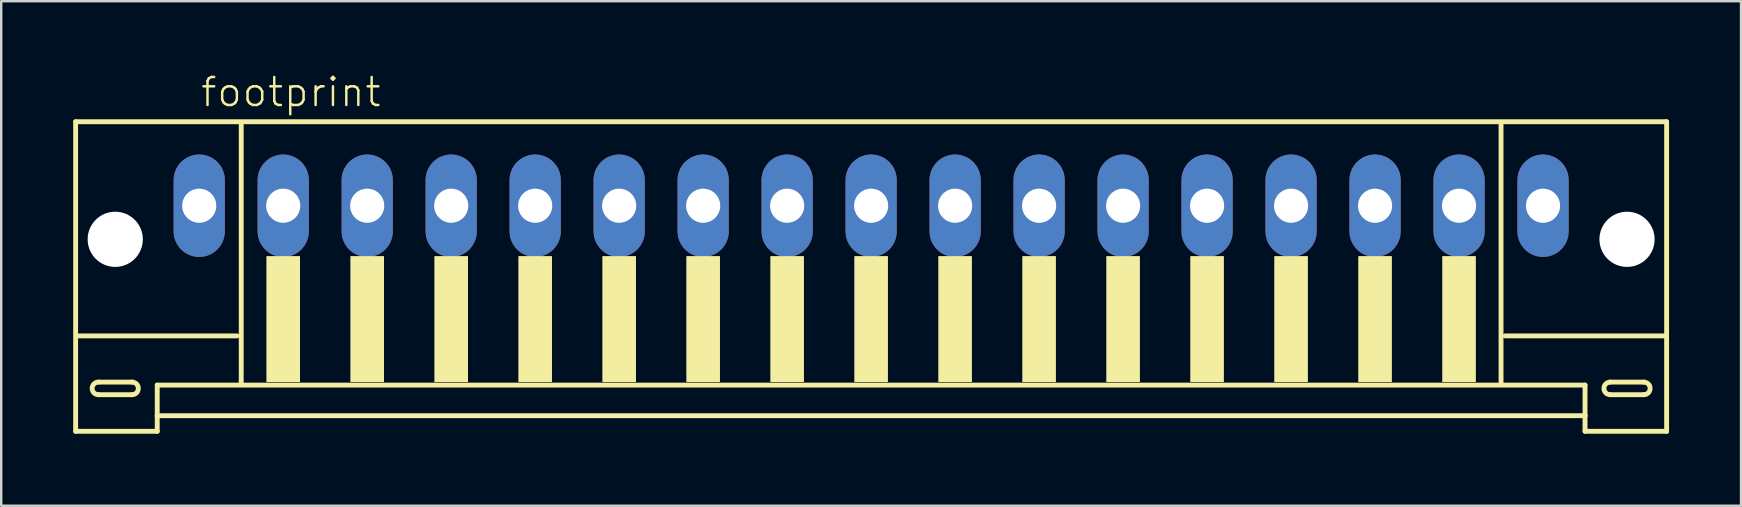
<source format=kicad_pcb>
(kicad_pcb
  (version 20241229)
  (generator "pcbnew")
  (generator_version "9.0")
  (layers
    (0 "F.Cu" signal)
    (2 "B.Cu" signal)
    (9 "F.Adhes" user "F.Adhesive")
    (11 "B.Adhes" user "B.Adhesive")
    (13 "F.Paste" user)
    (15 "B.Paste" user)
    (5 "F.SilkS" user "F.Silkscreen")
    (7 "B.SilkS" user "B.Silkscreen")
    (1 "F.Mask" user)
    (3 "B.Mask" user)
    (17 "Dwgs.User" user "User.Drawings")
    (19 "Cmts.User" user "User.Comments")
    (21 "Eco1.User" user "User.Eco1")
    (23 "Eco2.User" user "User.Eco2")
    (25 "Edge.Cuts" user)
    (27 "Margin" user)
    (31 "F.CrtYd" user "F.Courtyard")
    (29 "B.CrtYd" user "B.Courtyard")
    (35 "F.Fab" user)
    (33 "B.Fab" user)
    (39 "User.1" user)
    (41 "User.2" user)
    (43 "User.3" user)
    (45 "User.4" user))
  (footprint "footprint"
    (layer "F.Cu")
    (at 33.252 7.273)
    (property "Reference" "footprint" (at -28 -5.8 0) (layer "F.SilkS") (effects (font (size 1.168 1.168) (thickness 0.102)) (justify left bottom)))
    (fp_line (start -33.15 -5.25) (end -33.15 7.65) (stroke (width 0.203) (type solid)) (layer "F.SilkS"))
    (fp_line (start -33.15 7.65) (end -29.75 7.65) (stroke (width 0.203) (type solid)) (layer "F.SilkS"))
    (fp_line (start -32.2 5.6) (end -30.8 5.6) (stroke (width 0.203) (type solid)) (layer "F.SilkS"))
    (fp_line (start -30.8 6.125) (end -32.2 6.125) (stroke (width 0.203) (type solid)) (layer "F.SilkS"))
    (fp_line (start -29.75 5.725) (end 29.75 5.725) (stroke (width 0.203) (type solid)) (layer "F.SilkS"))
    (fp_line (start -29.75 7) (end -29.75 5.725) (stroke (width 0.203) (type solid)) (layer "F.SilkS"))
    (fp_line (start -29.75 7) (end 29.75 7) (stroke (width 0.203) (type solid)) (layer "F.SilkS"))
    (fp_line (start -29.75 7.65) (end -29.75 7) (stroke (width 0.203) (type solid)) (layer "F.SilkS"))
    (fp_line (start -26.425 3.675) (end -33.075 3.675) (stroke (width 0.203) (type solid)) (layer "F.SilkS"))
    (fp_line (start -26.25 -5.125) (end -26.25 5.6) (stroke (width 0.203) (type solid)) (layer "F.SilkS"))
    (fp_line (start 26.25 5.6) (end 26.25 -5.125) (stroke (width 0.203) (type solid)) (layer "F.SilkS"))
    (fp_line (start 29.75 5.725) (end 29.75 7) (stroke (width 0.203) (type solid)) (layer "F.SilkS"))
    (fp_line (start 29.75 7) (end 29.75 7.65) (stroke (width 0.203) (type solid)) (layer "F.SilkS"))
    (fp_line (start 29.75 7.65) (end 33.15 7.65) (stroke (width 0.203) (type solid)) (layer "F.SilkS"))
    (fp_line (start 30.8 5.6) (end 32.2 5.6) (stroke (width 0.203) (type solid)) (layer "F.SilkS"))
    (fp_line (start 32.2 6.125) (end 30.8 6.125) (stroke (width 0.203) (type solid)) (layer "F.SilkS"))
    (fp_line (start 33.075 3.675) (end 26.425 3.675) (stroke (width 0.203) (type solid)) (layer "F.SilkS"))
    (fp_line (start 33.15 -5.25) (end -33.15 -5.25) (stroke (width 0.203) (type solid)) (layer "F.SilkS"))
    (fp_line (start 33.15 7.65) (end 33.15 -5.25) (stroke (width 0.203) (type solid)) (layer "F.SilkS"))
    (fp_arc (start -32.2 6.125) (mid -32.4625 5.8625) (end -32.2 5.6) (stroke (width 0.2032) (type solid)) (layer "F.SilkS"))
    (fp_arc (start -30.8 5.6) (mid -30.5375 5.8625) (end -30.8 6.125) (stroke (width 0.2032) (type solid)) (layer "F.SilkS"))
    (fp_arc (start 30.8 6.125) (mid 30.5375 5.8625) (end 30.8 5.6) (stroke (width 0.2032) (type solid)) (layer "F.SilkS"))
    (fp_arc (start 32.2 5.6) (mid 32.4625 5.8625) (end 32.2 6.125) (stroke (width 0.2032) (type solid)) (layer "F.SilkS"))
    (fp_poly (pts (xy -25.2 5.6) (xy -23.8 5.6) (xy -23.8 0.35) (xy -25.2 0.35)) (stroke (width 0) (type solid)) (fill yes) (layer "F.SilkS"))
    (fp_poly (pts (xy -21.7 5.6) (xy -20.3 5.6) (xy -20.3 0.35) (xy -21.7 0.35)) (stroke (width 0) (type solid)) (fill yes) (layer "F.SilkS"))
    (fp_poly (pts (xy -18.2 5.6) (xy -16.8 5.6) (xy -16.8 0.35) (xy -18.2 0.35)) (stroke (width 0) (type solid)) (fill yes) (layer "F.SilkS"))
    (fp_poly (pts (xy -14.7 5.6) (xy -13.3 5.6) (xy -13.3 0.35) (xy -14.7 0.35)) (stroke (width 0) (type solid)) (fill yes) (layer "F.SilkS"))
    (fp_poly (pts (xy -11.2 5.6) (xy -9.8 5.6) (xy -9.8 0.35) (xy -11.2 0.35)) (stroke (width 0) (type solid)) (fill yes) (layer "F.SilkS"))
    (fp_poly (pts (xy -7.7 5.6) (xy -6.3 5.6) (xy -6.3 0.35) (xy -7.7 0.35)) (stroke (width 0) (type solid)) (fill yes) (layer "F.SilkS"))
    (fp_poly (pts (xy -4.2 5.6) (xy -2.8 5.6) (xy -2.8 0.35) (xy -4.2 0.35)) (stroke (width 0) (type solid)) (fill yes) (layer "F.SilkS"))
    (fp_poly (pts (xy -0.7 5.6) (xy 0.7 5.6) (xy 0.7 0.35) (xy -0.7 0.35)) (stroke (width 0) (type solid)) (fill yes) (layer "F.SilkS"))
    (fp_poly (pts (xy 2.8 5.6) (xy 4.2 5.6) (xy 4.2 0.35) (xy 2.8 0.35)) (stroke (width 0) (type solid)) (fill yes) (layer "F.SilkS"))
    (fp_poly (pts (xy 6.3 5.6) (xy 7.7 5.6) (xy 7.7 0.35) (xy 6.3 0.35)) (stroke (width 0) (type solid)) (fill yes) (layer "F.SilkS"))
    (fp_poly (pts (xy 9.8 5.6) (xy 11.2 5.6) (xy 11.2 0.35) (xy 9.8 0.35)) (stroke (width 0) (type solid)) (fill yes) (layer "F.SilkS"))
    (fp_poly (pts (xy 13.3 5.6) (xy 14.7 5.6) (xy 14.7 0.35) (xy 13.3 0.35)) (stroke (width 0) (type solid)) (fill yes) (layer "F.SilkS"))
    (fp_poly (pts (xy 16.8 5.6) (xy 18.2 5.6) (xy 18.2 0.35) (xy 16.8 0.35)) (stroke (width 0) (type solid)) (fill yes) (layer "F.SilkS"))
    (fp_poly (pts (xy 20.3 5.6) (xy 21.7 5.6) (xy 21.7 0.35) (xy 20.3 0.35)) (stroke (width 0) (type solid)) (fill yes) (layer "F.SilkS"))
    (fp_poly (pts (xy 23.8 5.6) (xy 25.2 5.6) (xy 25.2 0.35) (xy 23.8 0.35)) (stroke (width 0) (type solid)) (fill yes) (layer "F.SilkS"))
    (pad "" np_thru_hole circle (at -31.5 -0.35) (size 2.3 2.3) (drill 2.3) (layers "*.Cu" "*.Mask"))
    (pad "" np_thru_hole circle (at 31.5 -0.35) (size 2.3 2.3) (drill 2.3) (layers "*.Cu" "*.Mask"))
    (pad "1" thru_hole oval (at -28 -1.75 90) (size 4.267 2.134) (drill 1.422) (layers "*.Cu" "*.Mask"))
    (pad "2" thru_hole oval (at -24.5 -1.75 90) (size 4.267 2.134) (drill 1.422) (layers "*.Cu" "*.Mask"))
    (pad "3" thru_hole oval (at -21 -1.75 90) (size 4.267 2.134) (drill 1.422) (layers "*.Cu" "*.Mask"))
    (pad "4" thru_hole oval (at -17.5 -1.75 90) (size 4.267 2.134) (drill 1.422) (layers "*.Cu" "*.Mask"))
    (pad "5" thru_hole oval (at -14 -1.75 90) (size 4.267 2.134) (drill 1.422) (layers "*.Cu" "*.Mask"))
    (pad "6" thru_hole oval (at -10.5 -1.75 90) (size 4.267 2.134) (drill 1.422) (layers "*.Cu" "*.Mask"))
    (pad "7" thru_hole oval (at -7 -1.75 90) (size 4.267 2.134) (drill 1.422) (layers "*.Cu" "*.Mask"))
    (pad "8" thru_hole oval (at -3.5 -1.75 90) (size 4.267 2.134) (drill 1.422) (layers "*.Cu" "*.Mask"))
    (pad "9" thru_hole oval (at 0 -1.75 90) (size 4.267 2.134) (drill 1.422) (layers "*.Cu" "*.Mask"))
    (pad "10" thru_hole oval (at 3.5 -1.75 90) (size 4.267 2.134) (drill 1.422) (layers "*.Cu" "*.Mask"))
    (pad "11" thru_hole oval (at 7 -1.75 90) (size 4.267 2.134) (drill 1.422) (layers "*.Cu" "*.Mask"))
    (pad "12" thru_hole oval (at 10.5 -1.75 90) (size 4.267 2.134) (drill 1.422) (layers "*.Cu" "*.Mask"))
    (pad "13" thru_hole oval (at 14 -1.75 90) (size 4.267 2.134) (drill 1.422) (layers "*.Cu" "*.Mask"))
    (pad "14" thru_hole oval (at 17.5 -1.75 90) (size 4.267 2.134) (drill 1.422) (layers "*.Cu" "*.Mask"))
    (pad "15" thru_hole oval (at 21 -1.75 90) (size 4.267 2.134) (drill 1.422) (layers "*.Cu" "*.Mask"))
    (pad "16" thru_hole oval (at 24.5 -1.75 90) (size 4.267 2.134) (drill 1.422) (layers "*.Cu" "*.Mask"))
    (pad "17" thru_hole oval (at 28 -1.75 90) (size 4.267 2.134) (drill 1.422) (layers "*.Cu" "*.Mask")))
  (gr_rect
    (start -3 -3)
    (end 69.503 18.025)
    (stroke (width 0.1) (type default))
    (fill no)
    (layer "Edge.Cuts")))
</source>
